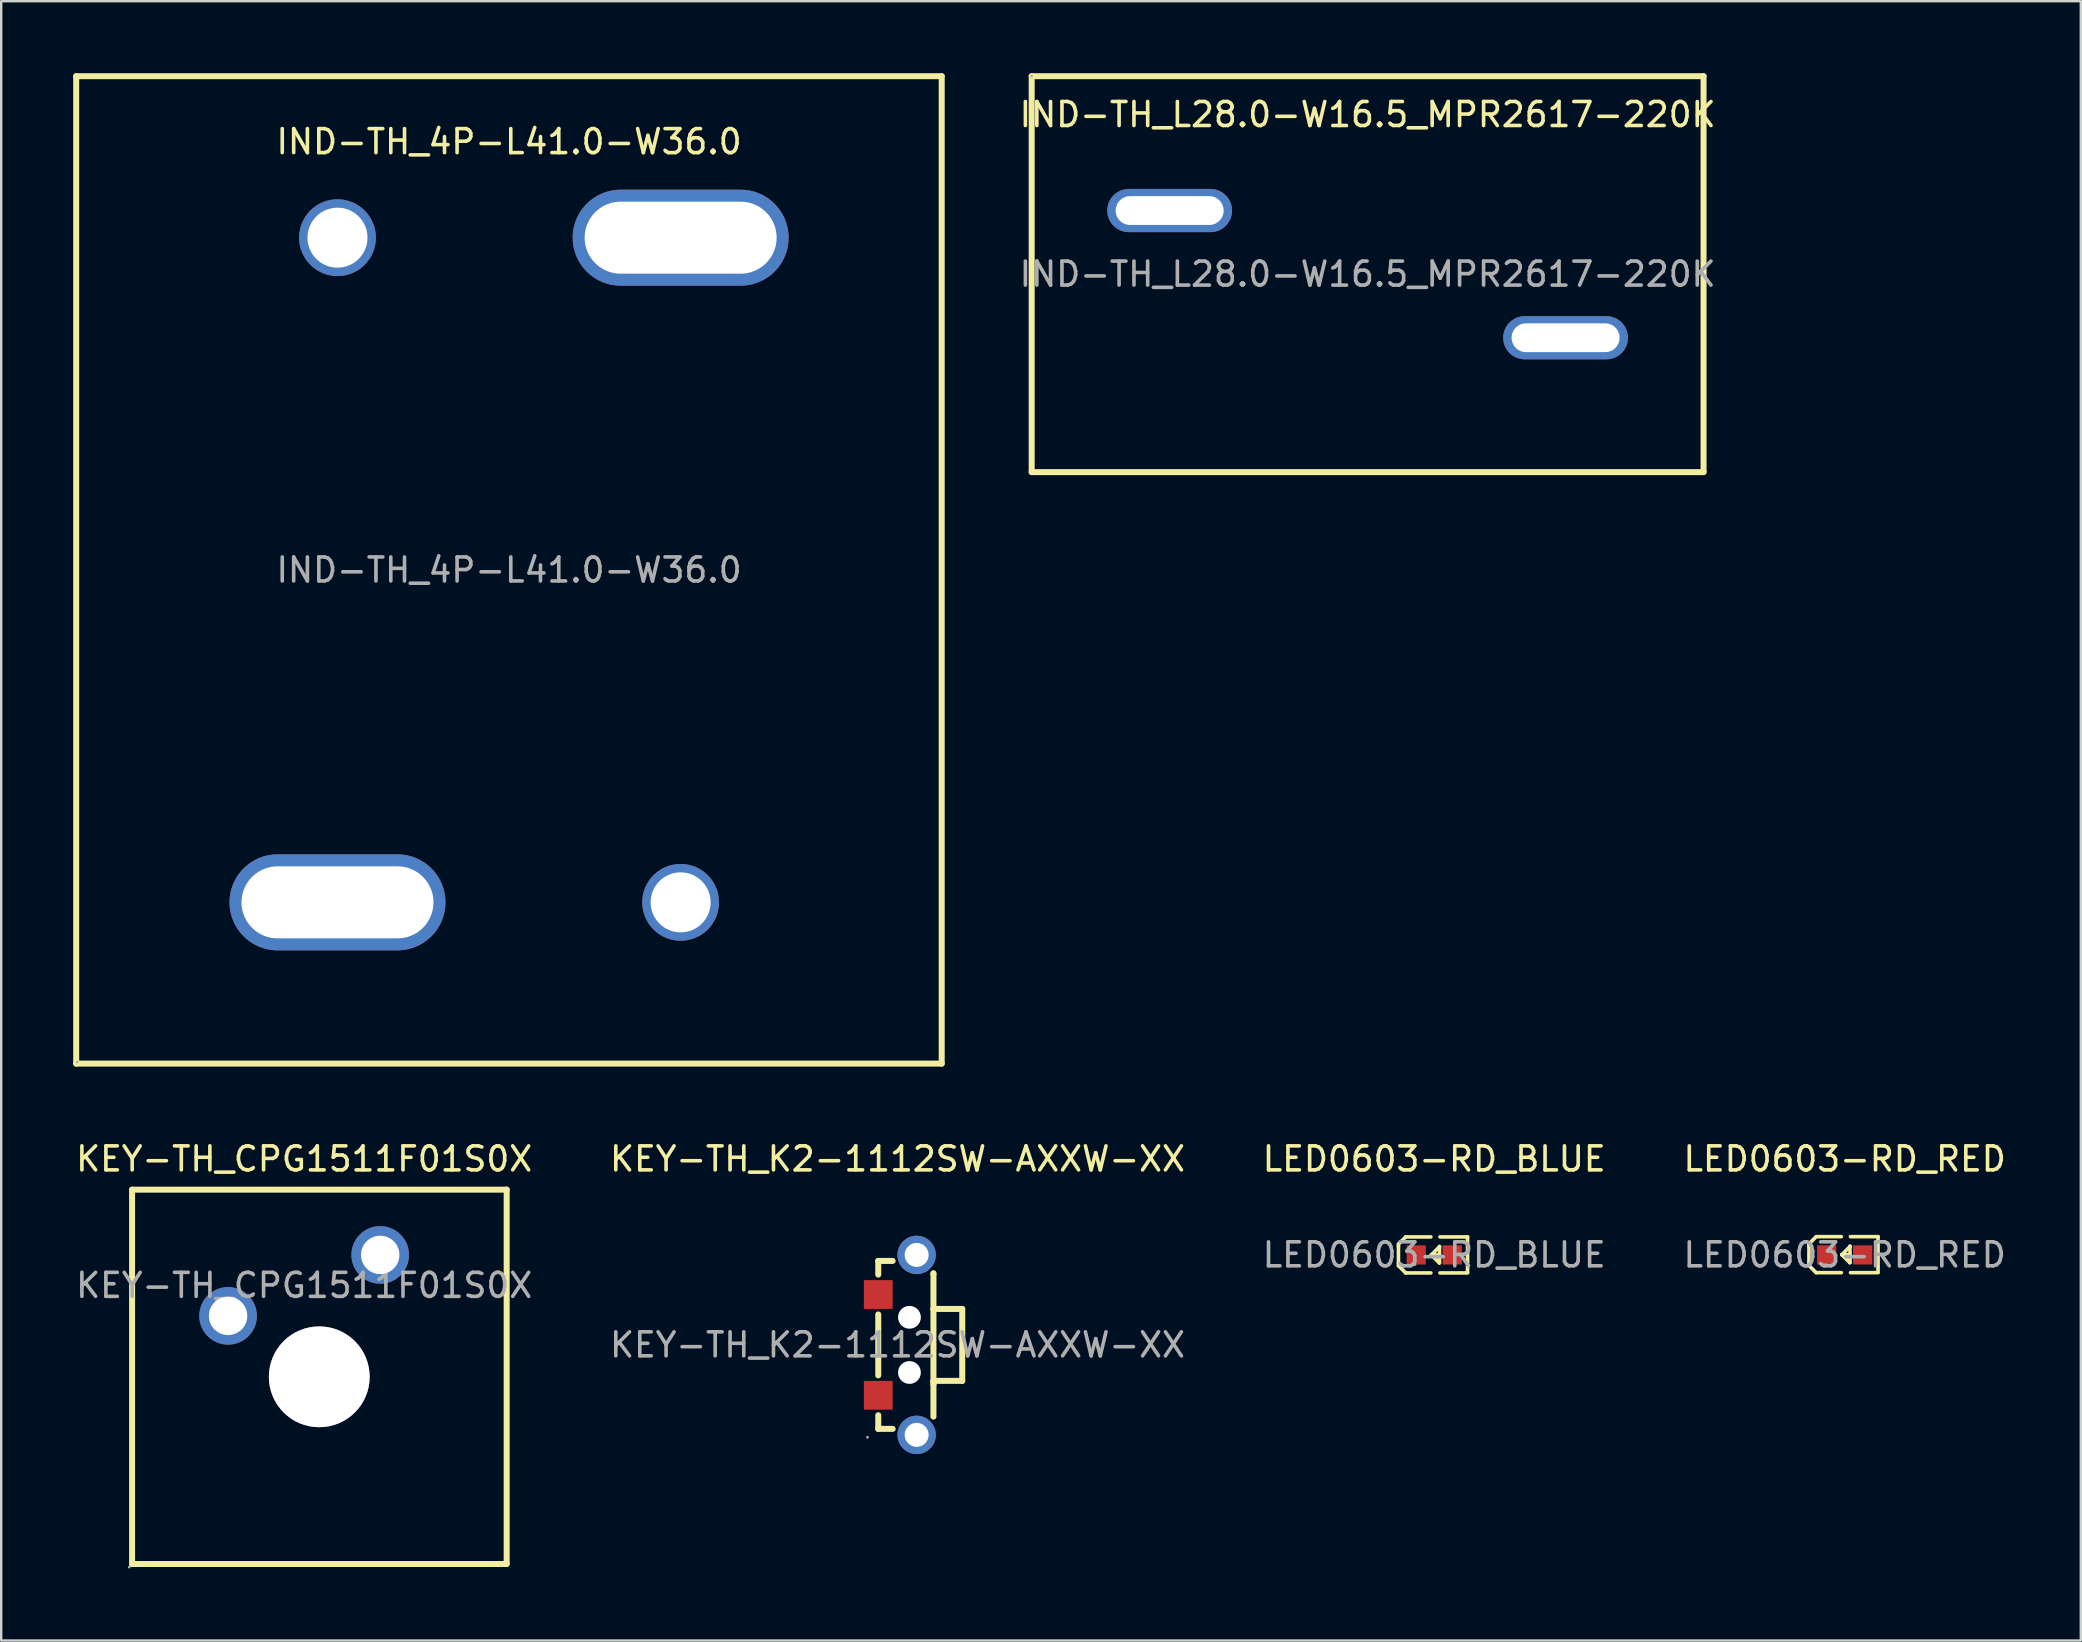
<source format=kicad_pcb>
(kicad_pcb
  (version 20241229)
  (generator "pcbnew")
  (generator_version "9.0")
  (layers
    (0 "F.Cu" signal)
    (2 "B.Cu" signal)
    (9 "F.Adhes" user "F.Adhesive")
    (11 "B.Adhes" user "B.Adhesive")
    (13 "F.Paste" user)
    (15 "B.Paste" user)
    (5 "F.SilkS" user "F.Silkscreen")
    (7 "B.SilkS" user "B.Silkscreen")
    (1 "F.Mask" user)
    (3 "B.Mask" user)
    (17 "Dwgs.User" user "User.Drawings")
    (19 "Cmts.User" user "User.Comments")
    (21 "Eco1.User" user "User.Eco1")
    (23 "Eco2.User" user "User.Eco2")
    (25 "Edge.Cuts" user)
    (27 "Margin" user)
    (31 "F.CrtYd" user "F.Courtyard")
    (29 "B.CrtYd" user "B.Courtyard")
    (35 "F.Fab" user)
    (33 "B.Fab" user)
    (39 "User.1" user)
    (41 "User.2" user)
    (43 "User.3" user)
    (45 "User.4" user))
  (footprint "KEY-TH_CPG1511F01S0X"
    (layer "F.Cu")
    (at 9.625 50.518)
    (property "Reference" "KEY-TH_CPG1511F01S0X" (at 0 -5.27 0) (layer "F.SilkS") (effects (font (size 1 1) (thickness 0.15))))
    (attr through_hole)
    (fp_line (start -7.17 -3.99) (end -7.17 11.61) (stroke (width 0.25) (type solid)) (layer "F.SilkS"))
    (fp_line (start -7.17 -3.99) (end 8.44 -3.99) (stroke (width 0.25) (type solid)) (layer "F.SilkS"))
    (fp_line (start -7.17 11.61) (end 8.44 11.61) (stroke (width 0.25) (type solid)) (layer "F.SilkS"))
    (fp_line (start 8.44 -3.99) (end 8.44 11.61) (stroke (width 0.25) (type solid)) (layer "F.SilkS"))
    (fp_circle (center -7.29 11.74) (end -7.26 11.74) (stroke (width 0.06) (type solid)) (fill no) (layer "F.Fab"))
    (fp_circle (center -3.17 1.27) (end -2.82 1.27) (stroke (width 0.7) (type solid)) (fill no) (layer "F.Fab"))
    (fp_circle (center 0.63 3.81) (end 1.63 3.81) (stroke (width 2) (type solid)) (fill no) (layer "F.Fab"))
    (fp_circle (center 3.17 -1.27) (end 3.52 -1.27) (stroke (width 0.7) (type solid)) (fill no) (layer "F.Fab"))
    (fp_text user "${REFERENCE}" (at 0 0 0) (layer "F.Fab") (effects (font (size 1 1) (thickness 0.15))))
    (pad "" thru_hole circle (at 0.63 3.81) (size 4.2 4.2) (drill 4.2) (layers "*.Cu" "*.Mask"))
    (pad "1" thru_hole circle (at -3.17 1.27) (size 2.4 2.4) (drill 1.6) (layers "*.Cu" "*.Mask"))
    (pad "2" thru_hole circle (at 3.17 -1.27) (size 2.4 2.4) (drill 1.6) (layers "*.Cu" "*.Mask")))
  (footprint "LED0603-RD_RED"
    (layer "F.Cu")
    (at 73.827 49.248)
    (property "Reference" "LED0603-RD_RED" (at 0 -4 0) (layer "F.SilkS") (effects (font (size 1 1) (thickness 0.15))))
    (attr smd)
    (fp_line (start -1.49 -0.46) (end -1.19 -0.76) (stroke (width 0.15) (type solid)) (layer "F.SilkS"))
    (fp_line (start -1.49 -0.36) (end -1.49 -0.46) (stroke (width 0.15) (type solid)) (layer "F.SilkS"))
    (fp_line (start -1.49 -0.36) (end -1.49 0.34) (stroke (width 0.15) (type solid)) (layer "F.SilkS"))
    (fp_line (start -1.49 0.34) (end -1.49 0.44) (stroke (width 0.15) (type solid)) (layer "F.SilkS"))
    (fp_line (start -1.49 0.44) (end -1.19 0.74) (stroke (width 0.15) (type solid)) (layer "F.SilkS"))
    (fp_line (start -0.14 -0.76) (end -1.19 -0.76) (stroke (width 0.15) (type solid)) (layer "F.SilkS"))
    (fp_line (start -0.14 0.74) (end -1.19 0.74) (stroke (width 0.15) (type solid)) (layer "F.SilkS"))
    (fp_line (start 0.21 0.32) (end -0.12 -0.01) (stroke (width 0.15) (type solid)) (layer "F.SilkS"))
    (fp_line (start 0.22 -0.36) (end 0.22 -0.35) (stroke (width 0.15) (type solid)) (layer "F.SilkS"))
    (fp_line (start 0.22 -0.36) (end 0.22 0.32) (stroke (width 0.15) (type solid)) (layer "F.SilkS"))
    (fp_line (start 0.22 -0.35) (end -0.12 -0.01) (stroke (width 0.15) (type solid)) (layer "F.SilkS"))
    (fp_line (start 0.22 -0.01) (end -0.12 -0.01) (stroke (width 0.15) (type solid)) (layer "F.SilkS"))
    (fp_line (start 0.22 0.32) (end 0.21 0.32) (stroke (width 0.15) (type solid)) (layer "F.SilkS"))
    (fp_line (start 0.24 -0.76) (end 1.39 -0.76) (stroke (width 0.15) (type solid)) (layer "F.SilkS"))
    (fp_line (start 0.24 0.74) (end 1.39 0.74) (stroke (width 0.15) (type solid)) (layer "F.SilkS"))
    (fp_line (start 1.39 -0.76) (end 1.39 0.72) (stroke (width 0.15) (type solid)) (layer "F.SilkS"))
    (fp_circle (center -0.8 0.4) (end -0.77 0.4) (stroke (width 0.06) (type solid)) (fill no) (layer "F.Fab"))
    (fp_text user "${REFERENCE}" (at 0 0 0) (layer "F.Fab") (effects (font (size 1 1) (thickness 0.15))))
    (pad "1" smd rect (at -0.75 0 90) (size 0.8 0.8) (layers "F.Cu" "F.Mask" "F.Paste"))
    (pad "2" smd rect (at 0.75 0 90) (size 0.8 0.8) (layers "F.Cu" "F.Mask" "F.Paste")))
  (footprint "IND-TH_4P-L41.0-W36.0"
    (layer "F.Cu")
    (at 18.165 20.705)
    (property "Reference" "IND-TH_4P-L41.0-W36.0" (at 0 -17.85 0) (layer "F.SilkS") (effects (font (size 1 1) (thickness 0.15))))
    (attr through_hole)
    (fp_line (start -18.04 -20.58) (end 18.03 -20.58) (stroke (width 0.25) (type solid)) (layer "F.SilkS"))
    (fp_line (start -18.04 20.57) (end -18.04 -20.58) (stroke (width 0.25) (type solid)) (layer "F.SilkS"))
    (fp_line (start 18.03 -20.58) (end 18.03 20.57) (stroke (width 0.25) (type solid)) (layer "F.SilkS"))
    (fp_line (start 18.03 20.57) (end -18.04 20.57) (stroke (width 0.25) (type solid)) (layer "F.SilkS"))
    (fp_circle (center -18 20.5) (end -17.97 20.5) (stroke (width 0.06) (type solid)) (fill no) (layer "F.Fab"))
    (fp_circle (center -7.15 -13.85) (end -6.65 -13.85) (stroke (width 1) (type solid)) (fill no) (layer "F.Fab"))
    (fp_circle (center 7.15 13.85) (end 7.65 13.85) (stroke (width 1) (type solid)) (fill no) (layer "F.Fab"))
    (fp_text user "${REFERENCE}" (at 0 0 0) (layer "F.Fab") (effects (font (size 1 1) (thickness 0.15))))
    (pad "1" thru_hole oval (at 7.15 -13.85 180) (size 9 4) (drill oval 8 3) (layers "*.Cu" "*.Mask"))
    (pad "2" thru_hole circle (at -7.15 -13.85 90) (size 3.2 3.2) (drill 2.5) (layers "*.Cu" "*.Mask"))
    (pad "3" thru_hole circle (at 7.15 13.85 90) (size 3.2 3.2) (drill 2.5) (layers "*.Cu" "*.Mask"))
    (pad "4" thru_hole oval (at -7.15 13.85) (size 9 4) (drill oval 8 3) (layers "*.Cu" "*.Mask")))
  (footprint "IND-TH_L28.0-W16.5_MPR2617-220K"
    (layer "F.Cu")
    (at 53.945 8.375)
    (property "Reference" "IND-TH_L28.0-W16.5_MPR2617-220K" (at 0 -6.65 0) (layer "F.SilkS") (effects (font (size 1 1) (thickness 0.15))))
    (attr through_hole)
    (fp_line (start -14 -8.25) (end -14 8.25) (stroke (width 0.25) (type solid)) (layer "F.SilkS"))
    (fp_line (start -14 8.25) (end 14 8.25) (stroke (width 0.25) (type solid)) (layer "F.SilkS"))
    (fp_line (start 14 -8.25) (end -14 -8.25) (stroke (width 0.25) (type solid)) (layer "F.SilkS"))
    (fp_line (start 14 8.25) (end 14 -8.25) (stroke (width 0.25) (type solid)) (layer "F.SilkS"))
    (fp_circle (center -14 -8.25) (end -13.97 -8.25) (stroke (width 0.06) (type solid)) (fill no) (layer "F.Fab"))
    (fp_text user "${REFERENCE}" (at 0 0 0) (layer "F.Fab") (effects (font (size 1 1) (thickness 0.15))))
    (pad "1" thru_hole oval (at -8.25 -2.65) (size 5.2 1.8) (drill oval 4.5 1.2) (layers "*.Cu" "*.Mask"))
    (pad "2" thru_hole oval (at 8.25 2.65) (size 5.2 1.8) (drill oval 4.5 1.2) (layers "*.Cu" "*.Mask")))
  (footprint "LED0603-RD_BLUE"
    (layer "F.Cu")
    (at 56.72 49.248)
    (property "Reference" "LED0603-RD_BLUE" (at 0 -4 0) (layer "F.SilkS") (effects (font (size 1 1) (thickness 0.15))))
    (attr smd)
    (fp_line (start -1.49 -0.45) (end -1.19 -0.75) (stroke (width 0.15) (type solid)) (layer "F.SilkS"))
    (fp_line (start -1.49 -0.35) (end -1.49 -0.45) (stroke (width 0.15) (type solid)) (layer "F.SilkS"))
    (fp_line (start -1.49 -0.35) (end -1.49 0.35) (stroke (width 0.15) (type solid)) (layer "F.SilkS"))
    (fp_line (start -1.49 0.35) (end -1.49 0.45) (stroke (width 0.15) (type solid)) (layer "F.SilkS"))
    (fp_line (start -1.49 0.45) (end -1.19 0.75) (stroke (width 0.15) (type solid)) (layer "F.SilkS"))
    (fp_line (start -0.14 -0.75) (end -1.19 -0.75) (stroke (width 0.15) (type solid)) (layer "F.SilkS"))
    (fp_line (start -0.14 0.75) (end -1.19 0.75) (stroke (width 0.15) (type solid)) (layer "F.SilkS"))
    (fp_line (start 0.21 0.33) (end -0.12 0) (stroke (width 0.15) (type solid)) (layer "F.SilkS"))
    (fp_line (start 0.22 -0.35) (end 0.22 -0.34) (stroke (width 0.15) (type solid)) (layer "F.SilkS"))
    (fp_line (start 0.22 -0.35) (end 0.22 0.33) (stroke (width 0.15) (type solid)) (layer "F.SilkS"))
    (fp_line (start 0.22 -0.34) (end -0.12 0) (stroke (width 0.15) (type solid)) (layer "F.SilkS"))
    (fp_line (start 0.22 0) (end -0.12 0) (stroke (width 0.15) (type solid)) (layer "F.SilkS"))
    (fp_line (start 0.22 0.33) (end 0.21 0.33) (stroke (width 0.15) (type solid)) (layer "F.SilkS"))
    (fp_line (start 0.24 -0.75) (end 1.39 -0.75) (stroke (width 0.15) (type solid)) (layer "F.SilkS"))
    (fp_line (start 0.24 0.75) (end 1.39 0.75) (stroke (width 0.15) (type solid)) (layer "F.SilkS"))
    (fp_line (start 1.39 -0.75) (end 1.39 0.73) (stroke (width 0.15) (type solid)) (layer "F.SilkS"))
    (fp_circle (center -0.8 0.4) (end -0.77 0.4) (stroke (width 0.06) (type solid)) (fill no) (layer "F.Fab"))
    (fp_text user "${REFERENCE}" (at 0 0 0) (layer "F.Fab") (effects (font (size 1 1) (thickness 0.15))))
    (pad "1" smd rect (at -0.75 0 90) (size 0.8 0.8) (layers "F.Cu" "F.Mask" "F.Paste"))
    (pad "2" smd rect (at 0.75 0 90) (size 0.8 0.8) (layers "F.Cu" "F.Mask" "F.Paste")))
  (footprint "KEY-TH_K2-1112SW-AXXW-XX"
    (layer "F.Cu")
    (at 34.351 52.998)
    (property "Reference" "KEY-TH_K2-1112SW-AXXW-XX" (at 0 -7.75 0) (layer "F.SilkS") (effects (font (size 1 1) (thickness 0.15))))
    (attr through_hole)
    (fp_line (start -0.8 -3.5) (end -0.8 -2.93) (stroke (width 0.25) (type solid)) (layer "F.SilkS"))
    (fp_line (start -0.8 -1.27) (end -0.8 1.27) (stroke (width 0.25) (type solid)) (layer "F.SilkS"))
    (fp_line (start -0.8 2.93) (end -0.8 3.5) (stroke (width 0.25) (type solid)) (layer "F.SilkS"))
    (fp_line (start -0.8 3.5) (end -0.2 3.5) (stroke (width 0.25) (type solid)) (layer "F.SilkS"))
    (fp_line (start -0.2 -3.5) (end -0.8 -3.5) (stroke (width 0.25) (type solid)) (layer "F.SilkS"))
    (fp_line (start 1.5 -2.95) (end 1.5 -2.99) (stroke (width 0.25) (type solid)) (layer "F.SilkS"))
    (fp_line (start 1.5 -2.95) (end 1.5 -1.5) (stroke (width 0.25) (type solid)) (layer "F.SilkS"))
    (fp_line (start 1.5 -1.5) (end 1.5 1.65) (stroke (width 0.25) (type solid)) (layer "F.SilkS"))
    (fp_line (start 1.5 -1.5) (end 2.7 -1.5) (stroke (width 0.25) (type solid)) (layer "F.SilkS"))
    (fp_line (start 1.5 1.5) (end 1.5 2.99) (stroke (width 0.25) (type solid)) (layer "F.SilkS"))
    (fp_line (start 2.7 -1.5) (end 2.7 1.5) (stroke (width 0.25) (type solid)) (layer "F.SilkS"))
    (fp_line (start 2.7 1.5) (end 1.5 1.5) (stroke (width 0.25) (type solid)) (layer "F.SilkS"))
    (fp_circle (center 0.5 -1.15) (end 0.68 -1.15) (stroke (width 0.35) (type solid)) (fill no) (layer "Cmts.User"))
    (fp_circle (center 0.5 1.15) (end 0.68 1.15) (stroke (width 0.35) (type solid)) (fill no) (layer "Cmts.User"))
    (fp_circle (center -1.25 3.85) (end -1.22 3.85) (stroke (width 0.06) (type solid)) (fill no) (layer "F.Fab"))
    (fp_text user "${REFERENCE}" (at 0 0 0) (layer "F.Fab") (effects (font (size 1 1) (thickness 0.15))))
    (pad "" np_thru_hole circle (at 0.5 -1.15) (size 0.95 0.95) (drill 0.95) (layers "*.Cu" "*.Mask"))
    (pad "" np_thru_hole circle (at 0.5 1.15) (size 0.95 0.95) (drill 0.95) (layers "*.Cu" "*.Mask"))
    (pad "1" smd rect (at -0.8 2.1) (size 1.2 1.2) (layers "F.Cu" "F.Mask" "F.Paste"))
    (pad "2" smd rect (at -0.8 -2.1 180) (size 1.2 1.2) (layers "F.Cu" "F.Mask" "F.Paste"))
    (pad "3" thru_hole circle (at 0.8 -3.75 180) (size 1.6 1.6) (drill 1) (layers "*.Cu" "*.Mask"))
    (pad "4" thru_hole circle (at 0.8 3.75 180) (size 1.6 1.6) (drill 1) (layers "*.Cu" "*.Mask")))
  (gr_rect
    (start -3 -3)
    (end 83.667 65.318)
    (stroke (width 0.1) (type default))
    (fill no)
    (layer "Edge.Cuts")))
</source>
